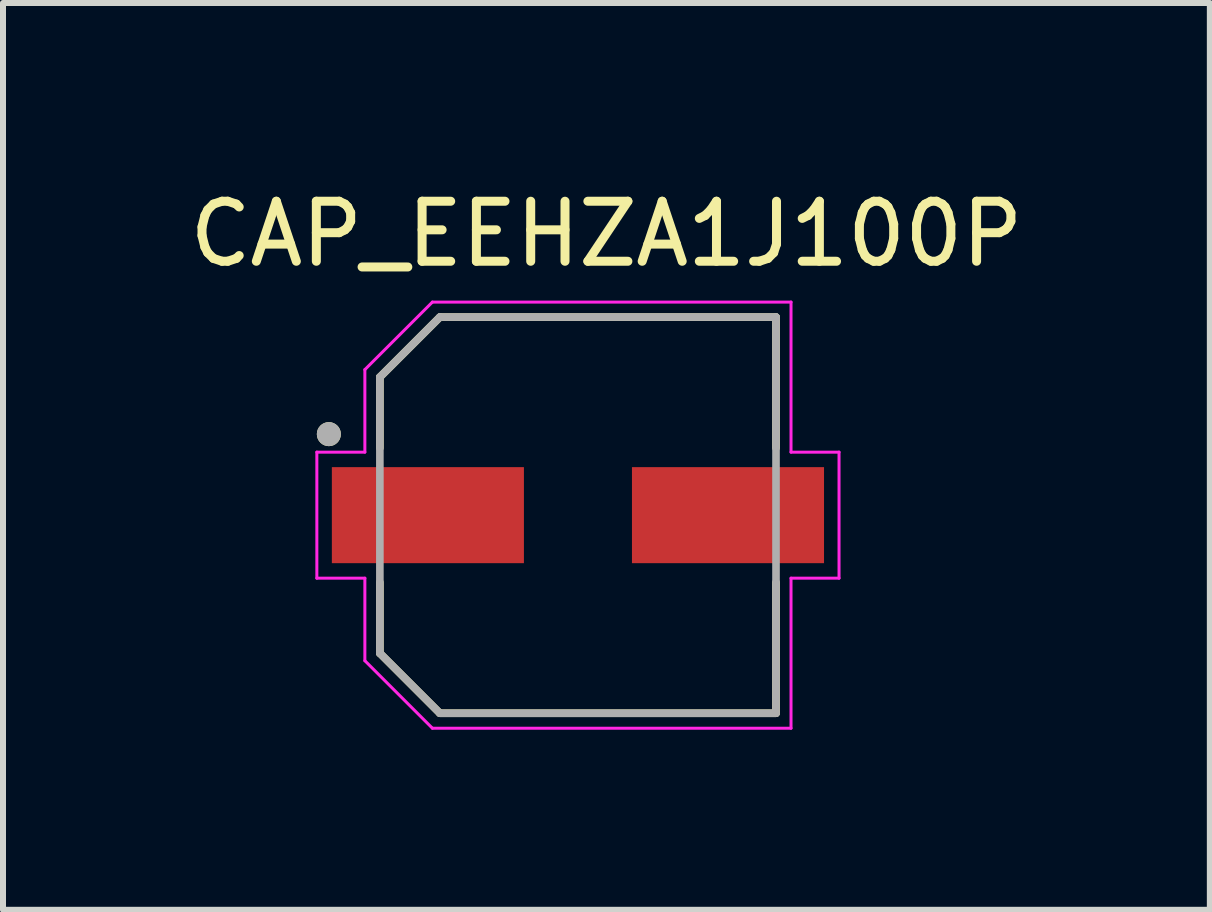
<source format=kicad_pcb>
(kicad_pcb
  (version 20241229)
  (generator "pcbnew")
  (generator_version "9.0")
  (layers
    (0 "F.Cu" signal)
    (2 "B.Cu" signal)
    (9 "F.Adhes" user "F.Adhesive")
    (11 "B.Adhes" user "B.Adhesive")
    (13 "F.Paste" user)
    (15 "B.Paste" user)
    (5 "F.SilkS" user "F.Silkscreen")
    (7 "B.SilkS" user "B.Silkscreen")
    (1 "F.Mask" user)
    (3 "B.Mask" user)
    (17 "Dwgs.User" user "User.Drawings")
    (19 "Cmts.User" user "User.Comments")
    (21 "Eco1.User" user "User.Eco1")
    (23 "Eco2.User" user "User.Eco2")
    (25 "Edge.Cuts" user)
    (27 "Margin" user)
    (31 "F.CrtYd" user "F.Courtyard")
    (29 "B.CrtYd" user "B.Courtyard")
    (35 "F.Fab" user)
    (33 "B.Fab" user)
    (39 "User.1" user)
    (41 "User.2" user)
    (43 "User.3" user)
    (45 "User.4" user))
  (footprint "CAP_EEHZA1J100P"
    (layer "F.Cu")
    (at 6.579 5.533)
    (property "Reference" "CAP_EEHZA1J100P" (at 0.475 -4.685 0) (layer "F.SilkS") (effects (font (size 1 1) (thickness 0.15))))
    (attr smd)
    (fp_line (start -3.3 -2.3) (end -3.3 -1.12) (stroke (width 0.127) (type solid)) (layer "F.SilkS"))
    (fp_line (start -3.3 1.12) (end -3.3 2.3) (stroke (width 0.127) (type solid)) (layer "F.SilkS"))
    (fp_line (start -3.3 2.3) (end -2.3 3.3) (stroke (width 0.127) (type solid)) (layer "F.SilkS"))
    (fp_line (start -2.3 -3.3) (end -3.3 -2.3) (stroke (width 0.127) (type solid)) (layer "F.SilkS"))
    (fp_line (start -2.3 3.3) (end 3.3 3.3) (stroke (width 0.127) (type solid)) (layer "F.SilkS"))
    (fp_line (start 3.3 -3.3) (end -2.3 -3.3) (stroke (width 0.127) (type solid)) (layer "F.SilkS"))
    (fp_line (start 3.3 -1.12) (end 3.3 -3.3) (stroke (width 0.127) (type solid)) (layer "F.SilkS"))
    (fp_line (start 3.3 3.3) (end 3.3 1.12) (stroke (width 0.127) (type solid)) (layer "F.SilkS"))
    (fp_circle (center -4.15 -1.35) (end -4.05 -1.35) (stroke (width 0.2) (type solid)) (fill no) (layer "F.SilkS"))
    (fp_line (start -4.35 -1.05) (end -3.55 -1.05) (stroke (width 0.05) (type solid)) (layer "F.CrtYd"))
    (fp_line (start -4.35 1.05) (end -4.35 -1.05) (stroke (width 0.05) (type solid)) (layer "F.CrtYd"))
    (fp_line (start -3.55 -2.425) (end -2.425 -3.55) (stroke (width 0.05) (type solid)) (layer "F.CrtYd"))
    (fp_line (start -3.55 -1.05) (end -3.55 -2.425) (stroke (width 0.05) (type solid)) (layer "F.CrtYd"))
    (fp_line (start -3.55 1.05) (end -4.35 1.05) (stroke (width 0.05) (type solid)) (layer "F.CrtYd"))
    (fp_line (start -3.55 2.425) (end -3.55 1.05) (stroke (width 0.05) (type solid)) (layer "F.CrtYd"))
    (fp_line (start -2.425 -3.55) (end 3.55 -3.55) (stroke (width 0.05) (type solid)) (layer "F.CrtYd"))
    (fp_line (start -2.425 3.55) (end -3.55 2.425) (stroke (width 0.05) (type solid)) (layer "F.CrtYd"))
    (fp_line (start 3.55 -3.55) (end 3.55 -1.05) (stroke (width 0.05) (type solid)) (layer "F.CrtYd"))
    (fp_line (start 3.55 -1.05) (end 4.35 -1.05) (stroke (width 0.05) (type solid)) (layer "F.CrtYd"))
    (fp_line (start 3.55 1.05) (end 3.55 3.55) (stroke (width 0.05) (type solid)) (layer "F.CrtYd"))
    (fp_line (start 3.55 3.55) (end -2.425 3.55) (stroke (width 0.05) (type solid)) (layer "F.CrtYd"))
    (fp_line (start 4.35 -1.05) (end 4.35 1.05) (stroke (width 0.05) (type solid)) (layer "F.CrtYd"))
    (fp_line (start 4.35 1.05) (end 3.55 1.05) (stroke (width 0.05) (type solid)) (layer "F.CrtYd"))
    (fp_line (start -3.3 -2.3) (end -3.3 2.3) (stroke (width 0.127) (type solid)) (layer "F.Fab"))
    (fp_line (start -3.3 2.3) (end -2.3 3.3) (stroke (width 0.127) (type solid)) (layer "F.Fab"))
    (fp_line (start -2.3 -3.3) (end -3.3 -2.3) (stroke (width 0.127) (type solid)) (layer "F.Fab"))
    (fp_line (start -2.3 3.3) (end 3.3 3.3) (stroke (width 0.127) (type solid)) (layer "F.Fab"))
    (fp_line (start 3.3 -3.3) (end -2.3 -3.3) (stroke (width 0.127) (type solid)) (layer "F.Fab"))
    (fp_line (start 3.3 3.3) (end 3.3 -3.3) (stroke (width 0.127) (type solid)) (layer "F.Fab"))
    (fp_circle (center -4.15 -1.35) (end -4.05 -1.35) (stroke (width 0.2) (type solid)) (fill no) (layer "F.Fab"))
    (pad "1" smd rect (at -2.5 0) (size 3.2 1.6) (layers "F.Cu" "F.Mask" "F.Paste"))
    (pad "2" smd rect (at 2.5 0) (size 3.2 1.6) (layers "F.Cu" "F.Mask" "F.Paste")))
  (gr_rect
    (start -3 -3)
    (end 17.107 12.108)
    (stroke (width 0.1) (type default))
    (fill no)
    (layer "Edge.Cuts")))
</source>
